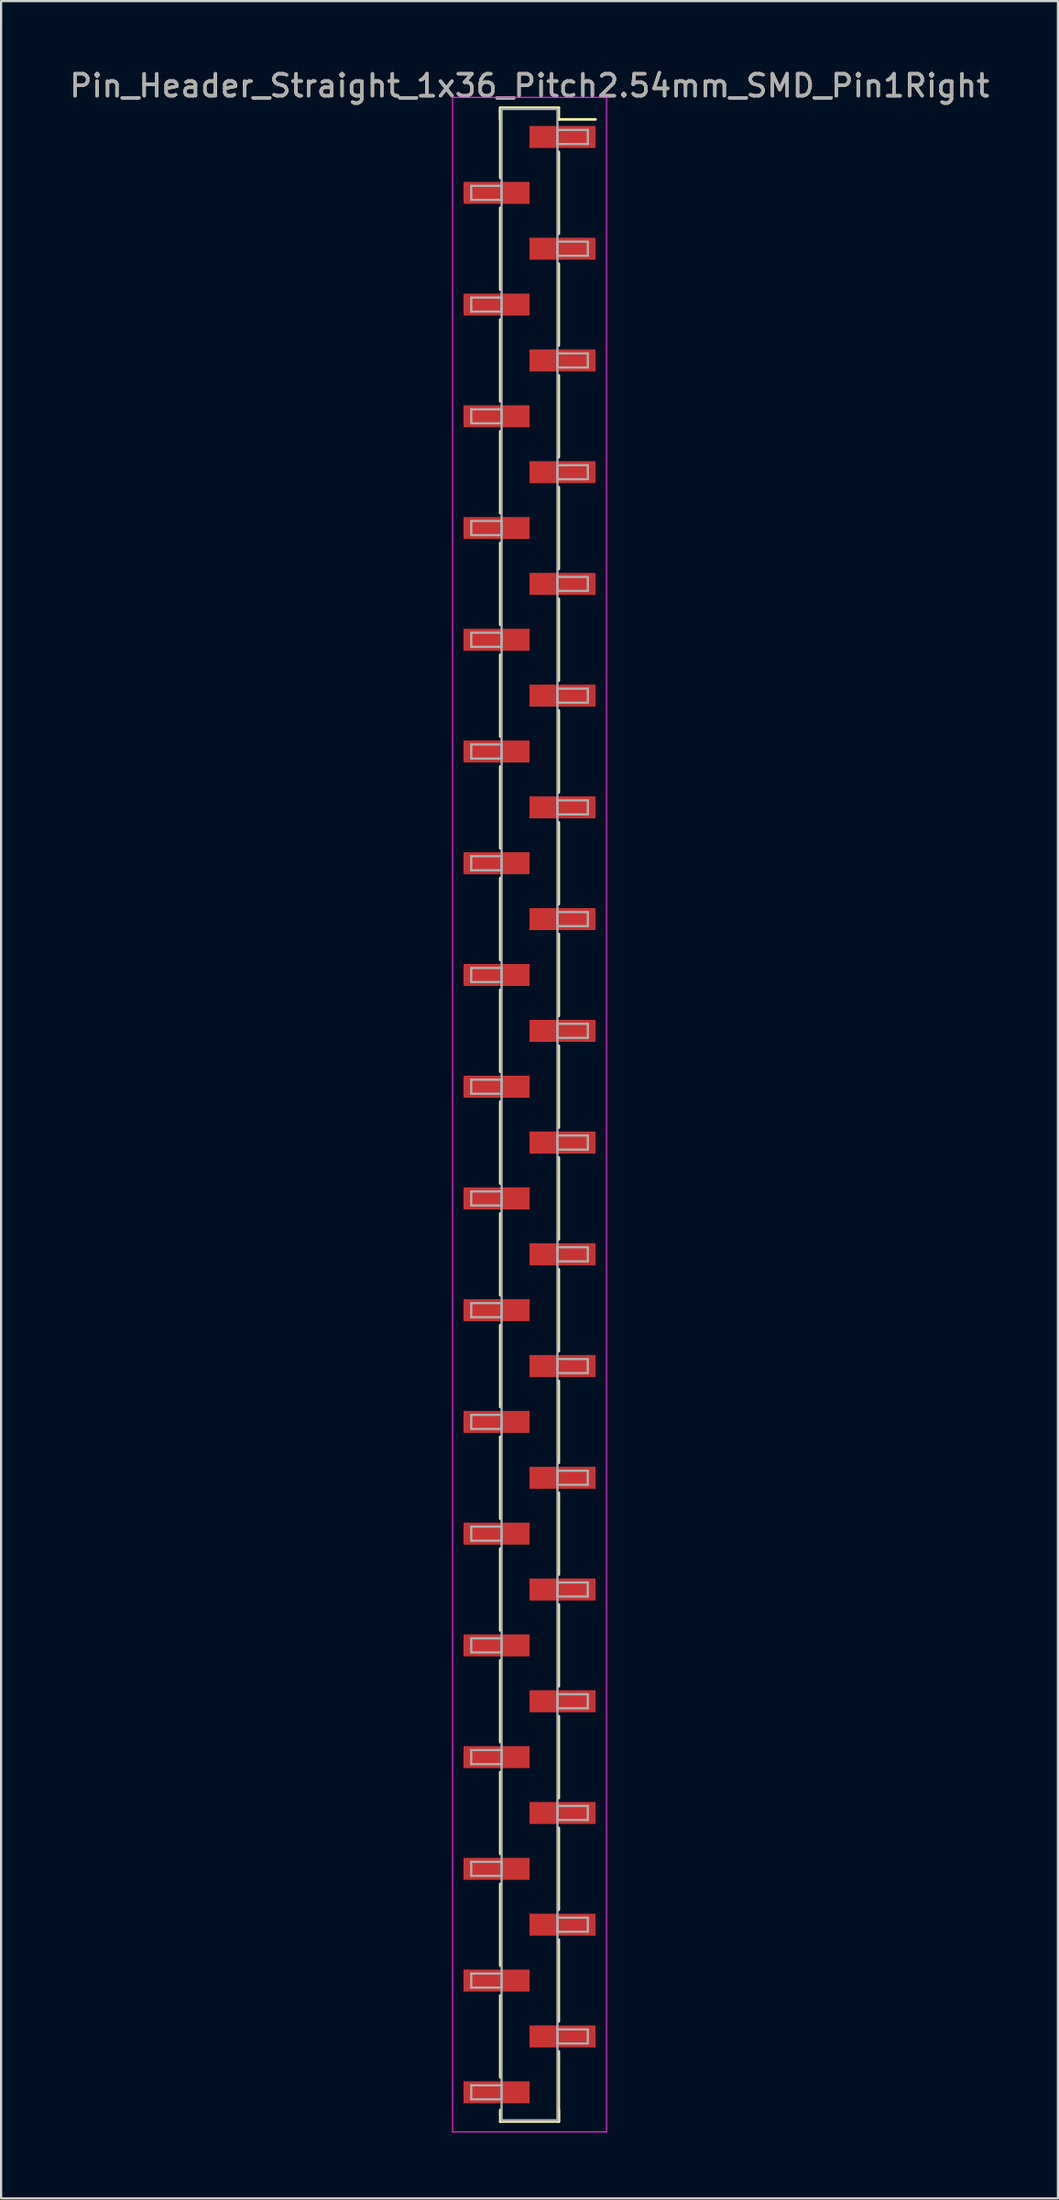
<source format=kicad_pcb>
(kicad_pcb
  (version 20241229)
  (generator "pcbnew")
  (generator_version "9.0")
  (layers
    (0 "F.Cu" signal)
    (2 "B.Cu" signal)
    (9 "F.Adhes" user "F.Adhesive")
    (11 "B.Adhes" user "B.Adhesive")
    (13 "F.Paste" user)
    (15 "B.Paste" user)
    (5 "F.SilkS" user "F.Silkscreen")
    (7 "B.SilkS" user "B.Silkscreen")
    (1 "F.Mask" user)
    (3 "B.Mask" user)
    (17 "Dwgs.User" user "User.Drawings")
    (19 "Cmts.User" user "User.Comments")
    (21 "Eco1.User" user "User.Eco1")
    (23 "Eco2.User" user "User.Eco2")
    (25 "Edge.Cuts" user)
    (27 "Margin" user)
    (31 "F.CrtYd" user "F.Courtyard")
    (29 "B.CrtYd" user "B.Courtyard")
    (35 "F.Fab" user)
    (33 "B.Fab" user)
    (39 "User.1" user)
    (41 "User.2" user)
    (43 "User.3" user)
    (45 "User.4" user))
  (footprint "Pin_Header_Straight_1x36_Pitch2.54mm_SMD_Pin1Right"
    (layer "F.Cu")
    (at 21.03 47.628)
    (property "Reference" "Pin_Header_Straight_1x36_Pitch2.54mm_SMD_Pin1Right" (at 0 -46.78 0) (layer "F.SilkS") (effects (font (size 1 1) (thickness 0.15))))
    (attr smd)
    (fp_line (start -1.33 -45.78) (end -1.33 -42.59) (stroke (width 0.12) (type solid)) (layer "F.SilkS"))
    (fp_line (start -1.33 -45.78) (end 1.33 -45.78) (stroke (width 0.12) (type solid)) (layer "F.SilkS"))
    (fp_line (start -1.33 -45.25) (end -1.33 -45.78) (stroke (width 0.12) (type solid)) (layer "F.SilkS"))
    (fp_line (start -1.33 -41.23) (end -1.33 -37.51) (stroke (width 0.12) (type solid)) (layer "F.SilkS"))
    (fp_line (start -1.33 -36.15) (end -1.33 -32.43) (stroke (width 0.12) (type solid)) (layer "F.SilkS"))
    (fp_line (start -1.33 -31.07) (end -1.33 -27.35) (stroke (width 0.12) (type solid)) (layer "F.SilkS"))
    (fp_line (start -1.33 -25.99) (end -1.33 -22.27) (stroke (width 0.12) (type solid)) (layer "F.SilkS"))
    (fp_line (start -1.33 -20.91) (end -1.33 -17.19) (stroke (width 0.12) (type solid)) (layer "F.SilkS"))
    (fp_line (start -1.33 -15.83) (end -1.33 -12.11) (stroke (width 0.12) (type solid)) (layer "F.SilkS"))
    (fp_line (start -1.33 -10.75) (end -1.33 -7.03) (stroke (width 0.12) (type solid)) (layer "F.SilkS"))
    (fp_line (start -1.33 -5.67) (end -1.33 -1.95) (stroke (width 0.12) (type solid)) (layer "F.SilkS"))
    (fp_line (start -1.33 -0.59) (end -1.33 3.13) (stroke (width 0.12) (type solid)) (layer "F.SilkS"))
    (fp_line (start -1.33 4.49) (end -1.33 8.21) (stroke (width 0.12) (type solid)) (layer "F.SilkS"))
    (fp_line (start -1.33 9.57) (end -1.33 13.29) (stroke (width 0.12) (type solid)) (layer "F.SilkS"))
    (fp_line (start -1.33 14.65) (end -1.33 18.37) (stroke (width 0.12) (type solid)) (layer "F.SilkS"))
    (fp_line (start -1.33 19.73) (end -1.33 23.45) (stroke (width 0.12) (type solid)) (layer "F.SilkS"))
    (fp_line (start -1.33 24.81) (end -1.33 28.53) (stroke (width 0.12) (type solid)) (layer "F.SilkS"))
    (fp_line (start -1.33 29.89) (end -1.33 33.61) (stroke (width 0.12) (type solid)) (layer "F.SilkS"))
    (fp_line (start -1.33 34.97) (end -1.33 38.69) (stroke (width 0.12) (type solid)) (layer "F.SilkS"))
    (fp_line (start -1.33 40.05) (end -1.33 43.77) (stroke (width 0.12) (type solid)) (layer "F.SilkS"))
    (fp_line (start -1.33 45.25) (end -1.33 45.78) (stroke (width 0.12) (type solid)) (layer "F.SilkS"))
    (fp_line (start -1.33 45.78) (end 1.33 45.78) (stroke (width 0.12) (type solid)) (layer "F.SilkS"))
    (fp_line (start 1.33 -45.78) (end 1.33 -45.25) (stroke (width 0.12) (type solid)) (layer "F.SilkS"))
    (fp_line (start 1.33 -45.25) (end 3 -45.25) (stroke (width 0.12) (type solid)) (layer "F.SilkS"))
    (fp_line (start 1.33 -43.77) (end 1.33 -40.05) (stroke (width 0.12) (type solid)) (layer "F.SilkS"))
    (fp_line (start 1.33 -38.69) (end 1.33 -34.97) (stroke (width 0.12) (type solid)) (layer "F.SilkS"))
    (fp_line (start 1.33 -33.61) (end 1.33 -29.89) (stroke (width 0.12) (type solid)) (layer "F.SilkS"))
    (fp_line (start 1.33 -28.53) (end 1.33 -24.81) (stroke (width 0.12) (type solid)) (layer "F.SilkS"))
    (fp_line (start 1.33 -23.45) (end 1.33 -19.73) (stroke (width 0.12) (type solid)) (layer "F.SilkS"))
    (fp_line (start 1.33 -18.37) (end 1.33 -14.65) (stroke (width 0.12) (type solid)) (layer "F.SilkS"))
    (fp_line (start 1.33 -13.29) (end 1.33 -9.57) (stroke (width 0.12) (type solid)) (layer "F.SilkS"))
    (fp_line (start 1.33 -8.21) (end 1.33 -4.49) (stroke (width 0.12) (type solid)) (layer "F.SilkS"))
    (fp_line (start 1.33 -3.13) (end 1.33 0.59) (stroke (width 0.12) (type solid)) (layer "F.SilkS"))
    (fp_line (start 1.33 1.95) (end 1.33 5.67) (stroke (width 0.12) (type solid)) (layer "F.SilkS"))
    (fp_line (start 1.33 7.03) (end 1.33 10.75) (stroke (width 0.12) (type solid)) (layer "F.SilkS"))
    (fp_line (start 1.33 12.11) (end 1.33 15.83) (stroke (width 0.12) (type solid)) (layer "F.SilkS"))
    (fp_line (start 1.33 17.19) (end 1.33 20.91) (stroke (width 0.12) (type solid)) (layer "F.SilkS"))
    (fp_line (start 1.33 22.27) (end 1.33 25.99) (stroke (width 0.12) (type solid)) (layer "F.SilkS"))
    (fp_line (start 1.33 27.35) (end 1.33 31.07) (stroke (width 0.12) (type solid)) (layer "F.SilkS"))
    (fp_line (start 1.33 32.43) (end 1.33 36.15) (stroke (width 0.12) (type solid)) (layer "F.SilkS"))
    (fp_line (start 1.33 37.51) (end 1.33 41.23) (stroke (width 0.12) (type solid)) (layer "F.SilkS"))
    (fp_line (start 1.33 42.59) (end 1.33 45.78) (stroke (width 0.12) (type solid)) (layer "F.SilkS"))
    (fp_line (start 1.33 45.78) (end 1.33 45.25) (stroke (width 0.12) (type solid)) (layer "F.SilkS"))
    (fp_line (start -3.5 -46.25) (end -3.5 46.25) (stroke (width 0.05) (type solid)) (layer "F.CrtYd"))
    (fp_line (start -3.5 46.25) (end 3.5 46.25) (stroke (width 0.05) (type solid)) (layer "F.CrtYd"))
    (fp_line (start 3.5 -46.25) (end -3.5 -46.25) (stroke (width 0.05) (type solid)) (layer "F.CrtYd"))
    (fp_line (start 3.5 46.25) (end 3.5 -46.25) (stroke (width 0.05) (type solid)) (layer "F.CrtYd"))
    (fp_line (start -2.65 -42.23) (end -1.27 -42.23) (stroke (width 0.1) (type solid)) (layer "F.Fab"))
    (fp_line (start -2.65 -41.59) (end -2.65 -42.23) (stroke (width 0.1) (type solid)) (layer "F.Fab"))
    (fp_line (start -2.65 -37.15) (end -1.27 -37.15) (stroke (width 0.1) (type solid)) (layer "F.Fab"))
    (fp_line (start -2.65 -36.51) (end -2.65 -37.15) (stroke (width 0.1) (type solid)) (layer "F.Fab"))
    (fp_line (start -2.65 -32.07) (end -1.27 -32.07) (stroke (width 0.1) (type solid)) (layer "F.Fab"))
    (fp_line (start -2.65 -31.43) (end -2.65 -32.07) (stroke (width 0.1) (type solid)) (layer "F.Fab"))
    (fp_line (start -2.65 -26.99) (end -1.27 -26.99) (stroke (width 0.1) (type solid)) (layer "F.Fab"))
    (fp_line (start -2.65 -26.35) (end -2.65 -26.99) (stroke (width 0.1) (type solid)) (layer "F.Fab"))
    (fp_line (start -2.65 -21.91) (end -1.27 -21.91) (stroke (width 0.1) (type solid)) (layer "F.Fab"))
    (fp_line (start -2.65 -21.27) (end -2.65 -21.91) (stroke (width 0.1) (type solid)) (layer "F.Fab"))
    (fp_line (start -2.65 -16.83) (end -1.27 -16.83) (stroke (width 0.1) (type solid)) (layer "F.Fab"))
    (fp_line (start -2.65 -16.19) (end -2.65 -16.83) (stroke (width 0.1) (type solid)) (layer "F.Fab"))
    (fp_line (start -2.65 -11.75) (end -1.27 -11.75) (stroke (width 0.1) (type solid)) (layer "F.Fab"))
    (fp_line (start -2.65 -11.11) (end -2.65 -11.75) (stroke (width 0.1) (type solid)) (layer "F.Fab"))
    (fp_line (start -2.65 -6.67) (end -1.27 -6.67) (stroke (width 0.1) (type solid)) (layer "F.Fab"))
    (fp_line (start -2.65 -6.03) (end -2.65 -6.67) (stroke (width 0.1) (type solid)) (layer "F.Fab"))
    (fp_line (start -2.65 -1.59) (end -1.27 -1.59) (stroke (width 0.1) (type solid)) (layer "F.Fab"))
    (fp_line (start -2.65 -0.95) (end -2.65 -1.59) (stroke (width 0.1) (type solid)) (layer "F.Fab"))
    (fp_line (start -2.65 3.49) (end -1.27 3.49) (stroke (width 0.1) (type solid)) (layer "F.Fab"))
    (fp_line (start -2.65 4.13) (end -2.65 3.49) (stroke (width 0.1) (type solid)) (layer "F.Fab"))
    (fp_line (start -2.65 8.57) (end -1.27 8.57) (stroke (width 0.1) (type solid)) (layer "F.Fab"))
    (fp_line (start -2.65 9.21) (end -2.65 8.57) (stroke (width 0.1) (type solid)) (layer "F.Fab"))
    (fp_line (start -2.65 13.65) (end -1.27 13.65) (stroke (width 0.1) (type solid)) (layer "F.Fab"))
    (fp_line (start -2.65 14.29) (end -2.65 13.65) (stroke (width 0.1) (type solid)) (layer "F.Fab"))
    (fp_line (start -2.65 18.73) (end -1.27 18.73) (stroke (width 0.1) (type solid)) (layer "F.Fab"))
    (fp_line (start -2.65 19.37) (end -2.65 18.73) (stroke (width 0.1) (type solid)) (layer "F.Fab"))
    (fp_line (start -2.65 23.81) (end -1.27 23.81) (stroke (width 0.1) (type solid)) (layer "F.Fab"))
    (fp_line (start -2.65 24.45) (end -2.65 23.81) (stroke (width 0.1) (type solid)) (layer "F.Fab"))
    (fp_line (start -2.65 28.89) (end -1.27 28.89) (stroke (width 0.1) (type solid)) (layer "F.Fab"))
    (fp_line (start -2.65 29.53) (end -2.65 28.89) (stroke (width 0.1) (type solid)) (layer "F.Fab"))
    (fp_line (start -2.65 33.97) (end -1.27 33.97) (stroke (width 0.1) (type solid)) (layer "F.Fab"))
    (fp_line (start -2.65 34.61) (end -2.65 33.97) (stroke (width 0.1) (type solid)) (layer "F.Fab"))
    (fp_line (start -2.65 39.05) (end -1.27 39.05) (stroke (width 0.1) (type solid)) (layer "F.Fab"))
    (fp_line (start -2.65 39.69) (end -2.65 39.05) (stroke (width 0.1) (type solid)) (layer "F.Fab"))
    (fp_line (start -2.65 44.13) (end -1.27 44.13) (stroke (width 0.1) (type solid)) (layer "F.Fab"))
    (fp_line (start -2.65 44.77) (end -2.65 44.13) (stroke (width 0.1) (type solid)) (layer "F.Fab"))
    (fp_line (start -1.27 -45.72) (end -1.27 45.72) (stroke (width 0.1) (type solid)) (layer "F.Fab"))
    (fp_line (start -1.27 -42.23) (end -1.27 -41.59) (stroke (width 0.1) (type solid)) (layer "F.Fab"))
    (fp_line (start -1.27 -41.59) (end -2.65 -41.59) (stroke (width 0.1) (type solid)) (layer "F.Fab"))
    (fp_line (start -1.27 -37.15) (end -1.27 -36.51) (stroke (width 0.1) (type solid)) (layer "F.Fab"))
    (fp_line (start -1.27 -36.51) (end -2.65 -36.51) (stroke (width 0.1) (type solid)) (layer "F.Fab"))
    (fp_line (start -1.27 -32.07) (end -1.27 -31.43) (stroke (width 0.1) (type solid)) (layer "F.Fab"))
    (fp_line (start -1.27 -31.43) (end -2.65 -31.43) (stroke (width 0.1) (type solid)) (layer "F.Fab"))
    (fp_line (start -1.27 -26.99) (end -1.27 -26.35) (stroke (width 0.1) (type solid)) (layer "F.Fab"))
    (fp_line (start -1.27 -26.35) (end -2.65 -26.35) (stroke (width 0.1) (type solid)) (layer "F.Fab"))
    (fp_line (start -1.27 -21.91) (end -1.27 -21.27) (stroke (width 0.1) (type solid)) (layer "F.Fab"))
    (fp_line (start -1.27 -21.27) (end -2.65 -21.27) (stroke (width 0.1) (type solid)) (layer "F.Fab"))
    (fp_line (start -1.27 -16.83) (end -1.27 -16.19) (stroke (width 0.1) (type solid)) (layer "F.Fab"))
    (fp_line (start -1.27 -16.19) (end -2.65 -16.19) (stroke (width 0.1) (type solid)) (layer "F.Fab"))
    (fp_line (start -1.27 -11.75) (end -1.27 -11.11) (stroke (width 0.1) (type solid)) (layer "F.Fab"))
    (fp_line (start -1.27 -11.11) (end -2.65 -11.11) (stroke (width 0.1) (type solid)) (layer "F.Fab"))
    (fp_line (start -1.27 -6.67) (end -1.27 -6.03) (stroke (width 0.1) (type solid)) (layer "F.Fab"))
    (fp_line (start -1.27 -6.03) (end -2.65 -6.03) (stroke (width 0.1) (type solid)) (layer "F.Fab"))
    (fp_line (start -1.27 -1.59) (end -1.27 -0.95) (stroke (width 0.1) (type solid)) (layer "F.Fab"))
    (fp_line (start -1.27 -0.95) (end -2.65 -0.95) (stroke (width 0.1) (type solid)) (layer "F.Fab"))
    (fp_line (start -1.27 3.49) (end -1.27 4.13) (stroke (width 0.1) (type solid)) (layer "F.Fab"))
    (fp_line (start -1.27 4.13) (end -2.65 4.13) (stroke (width 0.1) (type solid)) (layer "F.Fab"))
    (fp_line (start -1.27 8.57) (end -1.27 9.21) (stroke (width 0.1) (type solid)) (layer "F.Fab"))
    (fp_line (start -1.27 9.21) (end -2.65 9.21) (stroke (width 0.1) (type solid)) (layer "F.Fab"))
    (fp_line (start -1.27 13.65) (end -1.27 14.29) (stroke (width 0.1) (type solid)) (layer "F.Fab"))
    (fp_line (start -1.27 14.29) (end -2.65 14.29) (stroke (width 0.1) (type solid)) (layer "F.Fab"))
    (fp_line (start -1.27 18.73) (end -1.27 19.37) (stroke (width 0.1) (type solid)) (layer "F.Fab"))
    (fp_line (start -1.27 19.37) (end -2.65 19.37) (stroke (width 0.1) (type solid)) (layer "F.Fab"))
    (fp_line (start -1.27 23.81) (end -1.27 24.45) (stroke (width 0.1) (type solid)) (layer "F.Fab"))
    (fp_line (start -1.27 24.45) (end -2.65 24.45) (stroke (width 0.1) (type solid)) (layer "F.Fab"))
    (fp_line (start -1.27 28.89) (end -1.27 29.53) (stroke (width 0.1) (type solid)) (layer "F.Fab"))
    (fp_line (start -1.27 29.53) (end -2.65 29.53) (stroke (width 0.1) (type solid)) (layer "F.Fab"))
    (fp_line (start -1.27 33.97) (end -1.27 34.61) (stroke (width 0.1) (type solid)) (layer "F.Fab"))
    (fp_line (start -1.27 34.61) (end -2.65 34.61) (stroke (width 0.1) (type solid)) (layer "F.Fab"))
    (fp_line (start -1.27 39.05) (end -1.27 39.69) (stroke (width 0.1) (type solid)) (layer "F.Fab"))
    (fp_line (start -1.27 39.69) (end -2.65 39.69) (stroke (width 0.1) (type solid)) (layer "F.Fab"))
    (fp_line (start -1.27 44.13) (end -1.27 44.77) (stroke (width 0.1) (type solid)) (layer "F.Fab"))
    (fp_line (start -1.27 44.77) (end -2.65 44.77) (stroke (width 0.1) (type solid)) (layer "F.Fab"))
    (fp_line (start -1.27 45.72) (end 1.27 45.72) (stroke (width 0.1) (type solid)) (layer "F.Fab"))
    (fp_line (start 1.27 -45.72) (end -1.27 -45.72) (stroke (width 0.1) (type solid)) (layer "F.Fab"))
    (fp_line (start 1.27 -44.77) (end 1.27 -44.13) (stroke (width 0.1) (type solid)) (layer "F.Fab"))
    (fp_line (start 1.27 -44.13) (end 2.65 -44.13) (stroke (width 0.1) (type solid)) (layer "F.Fab"))
    (fp_line (start 1.27 -39.69) (end 1.27 -39.05) (stroke (width 0.1) (type solid)) (layer "F.Fab"))
    (fp_line (start 1.27 -39.05) (end 2.65 -39.05) (stroke (width 0.1) (type solid)) (layer "F.Fab"))
    (fp_line (start 1.27 -34.61) (end 1.27 -33.97) (stroke (width 0.1) (type solid)) (layer "F.Fab"))
    (fp_line (start 1.27 -33.97) (end 2.65 -33.97) (stroke (width 0.1) (type solid)) (layer "F.Fab"))
    (fp_line (start 1.27 -29.53) (end 1.27 -28.89) (stroke (width 0.1) (type solid)) (layer "F.Fab"))
    (fp_line (start 1.27 -28.89) (end 2.65 -28.89) (stroke (width 0.1) (type solid)) (layer "F.Fab"))
    (fp_line (start 1.27 -24.45) (end 1.27 -23.81) (stroke (width 0.1) (type solid)) (layer "F.Fab"))
    (fp_line (start 1.27 -23.81) (end 2.65 -23.81) (stroke (width 0.1) (type solid)) (layer "F.Fab"))
    (fp_line (start 1.27 -19.37) (end 1.27 -18.73) (stroke (width 0.1) (type solid)) (layer "F.Fab"))
    (fp_line (start 1.27 -18.73) (end 2.65 -18.73) (stroke (width 0.1) (type solid)) (layer "F.Fab"))
    (fp_line (start 1.27 -14.29) (end 1.27 -13.65) (stroke (width 0.1) (type solid)) (layer "F.Fab"))
    (fp_line (start 1.27 -13.65) (end 2.65 -13.65) (stroke (width 0.1) (type solid)) (layer "F.Fab"))
    (fp_line (start 1.27 -9.21) (end 1.27 -8.57) (stroke (width 0.1) (type solid)) (layer "F.Fab"))
    (fp_line (start 1.27 -8.57) (end 2.65 -8.57) (stroke (width 0.1) (type solid)) (layer "F.Fab"))
    (fp_line (start 1.27 -4.13) (end 1.27 -3.49) (stroke (width 0.1) (type solid)) (layer "F.Fab"))
    (fp_line (start 1.27 -3.49) (end 2.65 -3.49) (stroke (width 0.1) (type solid)) (layer "F.Fab"))
    (fp_line (start 1.27 0.95) (end 1.27 1.59) (stroke (width 0.1) (type solid)) (layer "F.Fab"))
    (fp_line (start 1.27 1.59) (end 2.65 1.59) (stroke (width 0.1) (type solid)) (layer "F.Fab"))
    (fp_line (start 1.27 6.03) (end 1.27 6.67) (stroke (width 0.1) (type solid)) (layer "F.Fab"))
    (fp_line (start 1.27 6.67) (end 2.65 6.67) (stroke (width 0.1) (type solid)) (layer "F.Fab"))
    (fp_line (start 1.27 11.11) (end 1.27 11.75) (stroke (width 0.1) (type solid)) (layer "F.Fab"))
    (fp_line (start 1.27 11.75) (end 2.65 11.75) (stroke (width 0.1) (type solid)) (layer "F.Fab"))
    (fp_line (start 1.27 16.19) (end 1.27 16.83) (stroke (width 0.1) (type solid)) (layer "F.Fab"))
    (fp_line (start 1.27 16.83) (end 2.65 16.83) (stroke (width 0.1) (type solid)) (layer "F.Fab"))
    (fp_line (start 1.27 21.27) (end 1.27 21.91) (stroke (width 0.1) (type solid)) (layer "F.Fab"))
    (fp_line (start 1.27 21.91) (end 2.65 21.91) (stroke (width 0.1) (type solid)) (layer "F.Fab"))
    (fp_line (start 1.27 26.35) (end 1.27 26.99) (stroke (width 0.1) (type solid)) (layer "F.Fab"))
    (fp_line (start 1.27 26.99) (end 2.65 26.99) (stroke (width 0.1) (type solid)) (layer "F.Fab"))
    (fp_line (start 1.27 31.43) (end 1.27 32.07) (stroke (width 0.1) (type solid)) (layer "F.Fab"))
    (fp_line (start 1.27 32.07) (end 2.65 32.07) (stroke (width 0.1) (type solid)) (layer "F.Fab"))
    (fp_line (start 1.27 36.51) (end 1.27 37.15) (stroke (width 0.1) (type solid)) (layer "F.Fab"))
    (fp_line (start 1.27 37.15) (end 2.65 37.15) (stroke (width 0.1) (type solid)) (layer "F.Fab"))
    (fp_line (start 1.27 41.59) (end 1.27 42.23) (stroke (width 0.1) (type solid)) (layer "F.Fab"))
    (fp_line (start 1.27 42.23) (end 2.65 42.23) (stroke (width 0.1) (type solid)) (layer "F.Fab"))
    (fp_line (start 1.27 45.72) (end 1.27 -45.72) (stroke (width 0.1) (type solid)) (layer "F.Fab"))
    (fp_line (start 2.65 -44.77) (end 1.27 -44.77) (stroke (width 0.1) (type solid)) (layer "F.Fab"))
    (fp_line (start 2.65 -44.13) (end 2.65 -44.77) (stroke (width 0.1) (type solid)) (layer "F.Fab"))
    (fp_line (start 2.65 -39.69) (end 1.27 -39.69) (stroke (width 0.1) (type solid)) (layer "F.Fab"))
    (fp_line (start 2.65 -39.05) (end 2.65 -39.69) (stroke (width 0.1) (type solid)) (layer "F.Fab"))
    (fp_line (start 2.65 -34.61) (end 1.27 -34.61) (stroke (width 0.1) (type solid)) (layer "F.Fab"))
    (fp_line (start 2.65 -33.97) (end 2.65 -34.61) (stroke (width 0.1) (type solid)) (layer "F.Fab"))
    (fp_line (start 2.65 -29.53) (end 1.27 -29.53) (stroke (width 0.1) (type solid)) (layer "F.Fab"))
    (fp_line (start 2.65 -28.89) (end 2.65 -29.53) (stroke (width 0.1) (type solid)) (layer "F.Fab"))
    (fp_line (start 2.65 -24.45) (end 1.27 -24.45) (stroke (width 0.1) (type solid)) (layer "F.Fab"))
    (fp_line (start 2.65 -23.81) (end 2.65 -24.45) (stroke (width 0.1) (type solid)) (layer "F.Fab"))
    (fp_line (start 2.65 -19.37) (end 1.27 -19.37) (stroke (width 0.1) (type solid)) (layer "F.Fab"))
    (fp_line (start 2.65 -18.73) (end 2.65 -19.37) (stroke (width 0.1) (type solid)) (layer "F.Fab"))
    (fp_line (start 2.65 -14.29) (end 1.27 -14.29) (stroke (width 0.1) (type solid)) (layer "F.Fab"))
    (fp_line (start 2.65 -13.65) (end 2.65 -14.29) (stroke (width 0.1) (type solid)) (layer "F.Fab"))
    (fp_line (start 2.65 -9.21) (end 1.27 -9.21) (stroke (width 0.1) (type solid)) (layer "F.Fab"))
    (fp_line (start 2.65 -8.57) (end 2.65 -9.21) (stroke (width 0.1) (type solid)) (layer "F.Fab"))
    (fp_line (start 2.65 -4.13) (end 1.27 -4.13) (stroke (width 0.1) (type solid)) (layer "F.Fab"))
    (fp_line (start 2.65 -3.49) (end 2.65 -4.13) (stroke (width 0.1) (type solid)) (layer "F.Fab"))
    (fp_line (start 2.65 0.95) (end 1.27 0.95) (stroke (width 0.1) (type solid)) (layer "F.Fab"))
    (fp_line (start 2.65 1.59) (end 2.65 0.95) (stroke (width 0.1) (type solid)) (layer "F.Fab"))
    (fp_line (start 2.65 6.03) (end 1.27 6.03) (stroke (width 0.1) (type solid)) (layer "F.Fab"))
    (fp_line (start 2.65 6.67) (end 2.65 6.03) (stroke (width 0.1) (type solid)) (layer "F.Fab"))
    (fp_line (start 2.65 11.11) (end 1.27 11.11) (stroke (width 0.1) (type solid)) (layer "F.Fab"))
    (fp_line (start 2.65 11.75) (end 2.65 11.11) (stroke (width 0.1) (type solid)) (layer "F.Fab"))
    (fp_line (start 2.65 16.19) (end 1.27 16.19) (stroke (width 0.1) (type solid)) (layer "F.Fab"))
    (fp_line (start 2.65 16.83) (end 2.65 16.19) (stroke (width 0.1) (type solid)) (layer "F.Fab"))
    (fp_line (start 2.65 21.27) (end 1.27 21.27) (stroke (width 0.1) (type solid)) (layer "F.Fab"))
    (fp_line (start 2.65 21.91) (end 2.65 21.27) (stroke (width 0.1) (type solid)) (layer "F.Fab"))
    (fp_line (start 2.65 26.35) (end 1.27 26.35) (stroke (width 0.1) (type solid)) (layer "F.Fab"))
    (fp_line (start 2.65 26.99) (end 2.65 26.35) (stroke (width 0.1) (type solid)) (layer "F.Fab"))
    (fp_line (start 2.65 31.43) (end 1.27 31.43) (stroke (width 0.1) (type solid)) (layer "F.Fab"))
    (fp_line (start 2.65 32.07) (end 2.65 31.43) (stroke (width 0.1) (type solid)) (layer "F.Fab"))
    (fp_line (start 2.65 36.51) (end 1.27 36.51) (stroke (width 0.1) (type solid)) (layer "F.Fab"))
    (fp_line (start 2.65 37.15) (end 2.65 36.51) (stroke (width 0.1) (type solid)) (layer "F.Fab"))
    (fp_line (start 2.65 41.59) (end 1.27 41.59) (stroke (width 0.1) (type solid)) (layer "F.Fab"))
    (fp_line (start 2.65 42.23) (end 2.65 41.59) (stroke (width 0.1) (type solid)) (layer "F.Fab"))
    (fp_text user "${REFERENCE}" (at 0 -46.78 0) (layer "F.Fab") (effects (font (size 1 1) (thickness 0.15))))
    (pad "1" smd rect (at 1.5 -44.45) (size 3 1) (layers "F.Cu" "F.Mask" "F.Paste"))
    (pad "2" smd rect (at -1.5 -41.91) (size 3 1) (layers "F.Cu" "F.Mask" "F.Paste"))
    (pad "3" smd rect (at 1.5 -39.37) (size 3 1) (layers "F.Cu" "F.Mask" "F.Paste"))
    (pad "4" smd rect (at -1.5 -36.83) (size 3 1) (layers "F.Cu" "F.Mask" "F.Paste"))
    (pad "5" smd rect (at 1.5 -34.29) (size 3 1) (layers "F.Cu" "F.Mask" "F.Paste"))
    (pad "6" smd rect (at -1.5 -31.75) (size 3 1) (layers "F.Cu" "F.Mask" "F.Paste"))
    (pad "7" smd rect (at 1.5 -29.21) (size 3 1) (layers "F.Cu" "F.Mask" "F.Paste"))
    (pad "8" smd rect (at -1.5 -26.67) (size 3 1) (layers "F.Cu" "F.Mask" "F.Paste"))
    (pad "9" smd rect (at 1.5 -24.13) (size 3 1) (layers "F.Cu" "F.Mask" "F.Paste"))
    (pad "10" smd rect (at -1.5 -21.59) (size 3 1) (layers "F.Cu" "F.Mask" "F.Paste"))
    (pad "11" smd rect (at 1.5 -19.05) (size 3 1) (layers "F.Cu" "F.Mask" "F.Paste"))
    (pad "12" smd rect (at -1.5 -16.51) (size 3 1) (layers "F.Cu" "F.Mask" "F.Paste"))
    (pad "13" smd rect (at 1.5 -13.97) (size 3 1) (layers "F.Cu" "F.Mask" "F.Paste"))
    (pad "14" smd rect (at -1.5 -11.43) (size 3 1) (layers "F.Cu" "F.Mask" "F.Paste"))
    (pad "15" smd rect (at 1.5 -8.89) (size 3 1) (layers "F.Cu" "F.Mask" "F.Paste"))
    (pad "16" smd rect (at -1.5 -6.35) (size 3 1) (layers "F.Cu" "F.Mask" "F.Paste"))
    (pad "17" smd rect (at 1.5 -3.81) (size 3 1) (layers "F.Cu" "F.Mask" "F.Paste"))
    (pad "18" smd rect (at -1.5 -1.27) (size 3 1) (layers "F.Cu" "F.Mask" "F.Paste"))
    (pad "19" smd rect (at 1.5 1.27) (size 3 1) (layers "F.Cu" "F.Mask" "F.Paste"))
    (pad "20" smd rect (at -1.5 3.81) (size 3 1) (layers "F.Cu" "F.Mask" "F.Paste"))
    (pad "21" smd rect (at 1.5 6.35) (size 3 1) (layers "F.Cu" "F.Mask" "F.Paste"))
    (pad "22" smd rect (at -1.5 8.89) (size 3 1) (layers "F.Cu" "F.Mask" "F.Paste"))
    (pad "23" smd rect (at 1.5 11.43) (size 3 1) (layers "F.Cu" "F.Mask" "F.Paste"))
    (pad "24" smd rect (at -1.5 13.97) (size 3 1) (layers "F.Cu" "F.Mask" "F.Paste"))
    (pad "25" smd rect (at 1.5 16.51) (size 3 1) (layers "F.Cu" "F.Mask" "F.Paste"))
    (pad "26" smd rect (at -1.5 19.05) (size 3 1) (layers "F.Cu" "F.Mask" "F.Paste"))
    (pad "27" smd rect (at 1.5 21.59) (size 3 1) (layers "F.Cu" "F.Mask" "F.Paste"))
    (pad "28" smd rect (at -1.5 24.13) (size 3 1) (layers "F.Cu" "F.Mask" "F.Paste"))
    (pad "29" smd rect (at 1.5 26.67) (size 3 1) (layers "F.Cu" "F.Mask" "F.Paste"))
    (pad "30" smd rect (at -1.5 29.21) (size 3 1) (layers "F.Cu" "F.Mask" "F.Paste"))
    (pad "31" smd rect (at 1.5 31.75) (size 3 1) (layers "F.Cu" "F.Mask" "F.Paste"))
    (pad "32" smd rect (at -1.5 34.29) (size 3 1) (layers "F.Cu" "F.Mask" "F.Paste"))
    (pad "33" smd rect (at 1.5 36.83) (size 3 1) (layers "F.Cu" "F.Mask" "F.Paste"))
    (pad "34" smd rect (at -1.5 39.37) (size 3 1) (layers "F.Cu" "F.Mask" "F.Paste"))
    (pad "35" smd rect (at 1.5 41.91) (size 3 1) (layers "F.Cu" "F.Mask" "F.Paste"))
    (pad "36" smd rect (at -1.5 44.45) (size 3 1) (layers "F.Cu" "F.Mask" "F.Paste")))
  (gr_rect
    (start -3 -3)
    (end 45.06 96.903)
    (stroke (width 0.1) (type default))
    (fill no)
    (layer "Edge.Cuts")))
</source>
